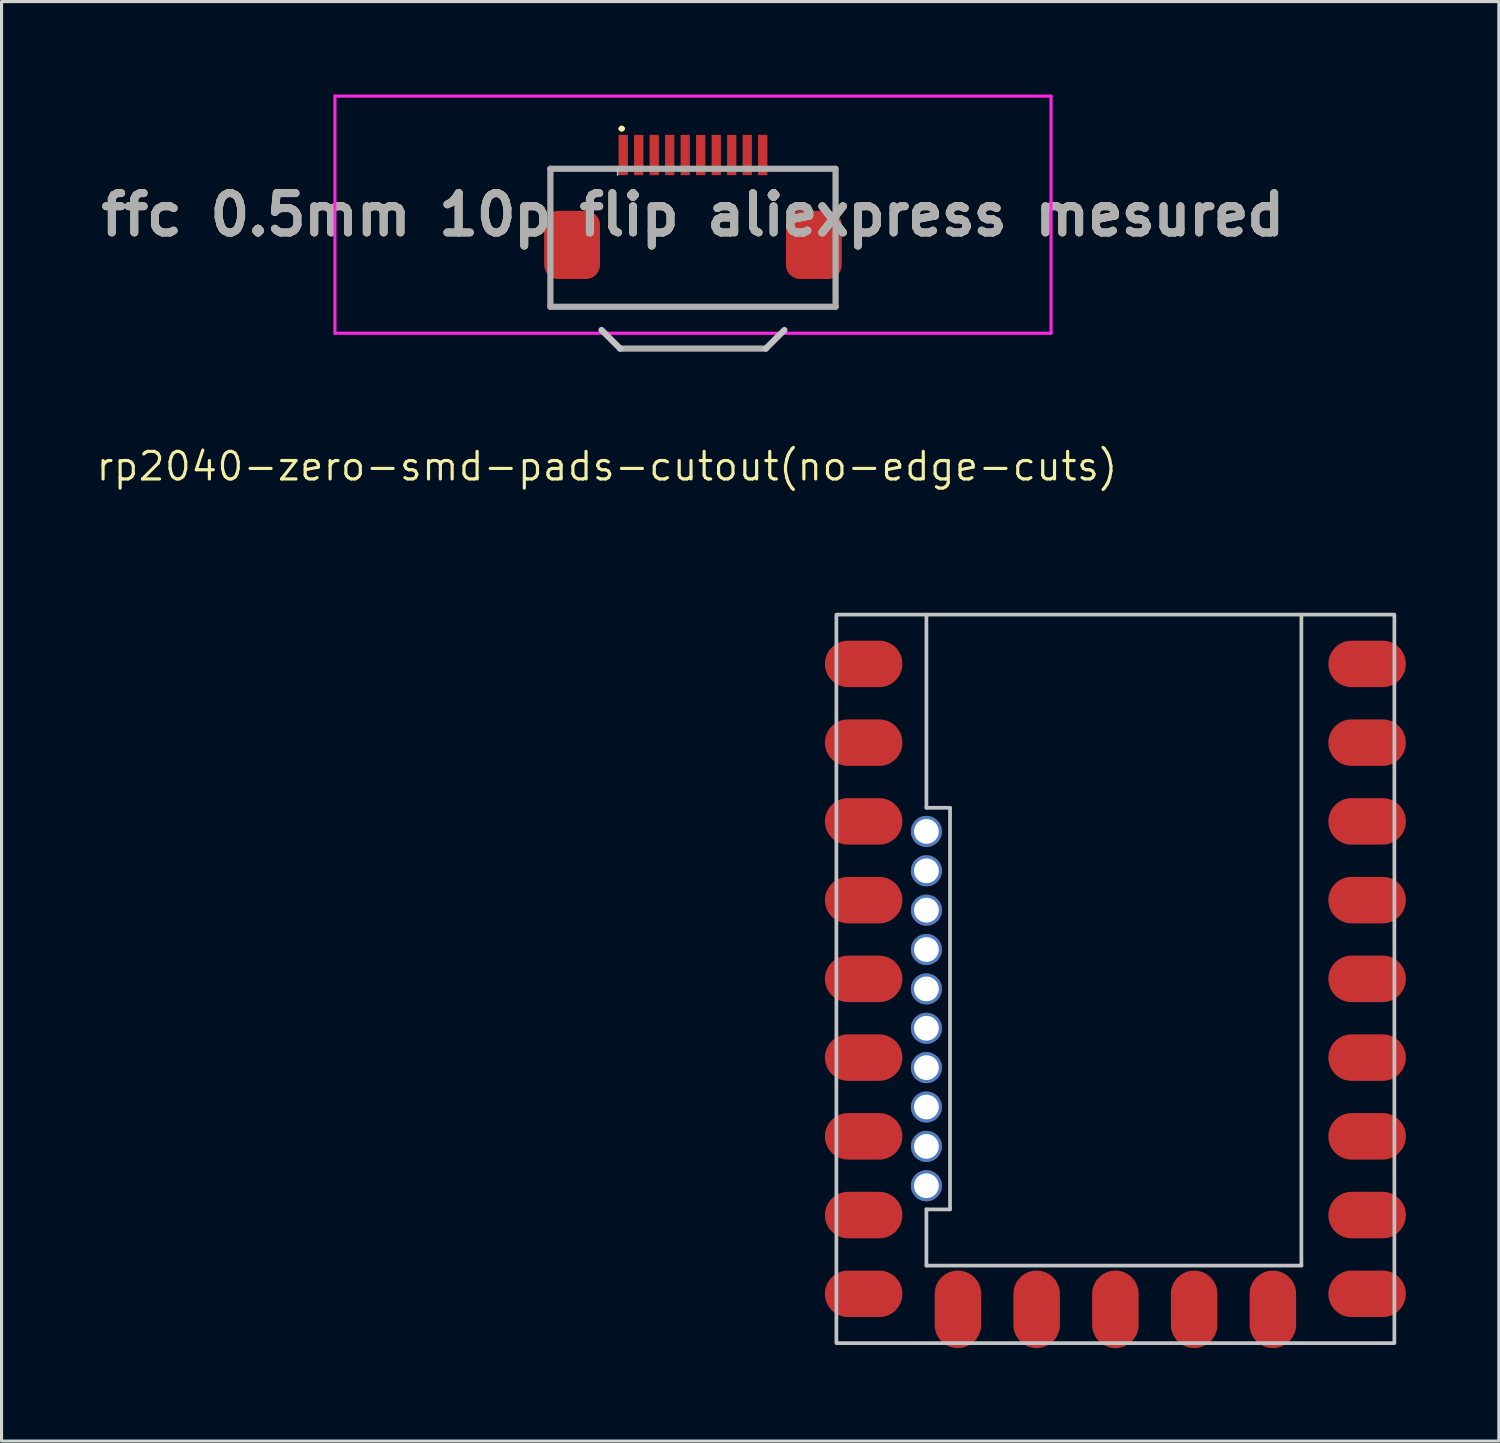
<source format=kicad_pcb>
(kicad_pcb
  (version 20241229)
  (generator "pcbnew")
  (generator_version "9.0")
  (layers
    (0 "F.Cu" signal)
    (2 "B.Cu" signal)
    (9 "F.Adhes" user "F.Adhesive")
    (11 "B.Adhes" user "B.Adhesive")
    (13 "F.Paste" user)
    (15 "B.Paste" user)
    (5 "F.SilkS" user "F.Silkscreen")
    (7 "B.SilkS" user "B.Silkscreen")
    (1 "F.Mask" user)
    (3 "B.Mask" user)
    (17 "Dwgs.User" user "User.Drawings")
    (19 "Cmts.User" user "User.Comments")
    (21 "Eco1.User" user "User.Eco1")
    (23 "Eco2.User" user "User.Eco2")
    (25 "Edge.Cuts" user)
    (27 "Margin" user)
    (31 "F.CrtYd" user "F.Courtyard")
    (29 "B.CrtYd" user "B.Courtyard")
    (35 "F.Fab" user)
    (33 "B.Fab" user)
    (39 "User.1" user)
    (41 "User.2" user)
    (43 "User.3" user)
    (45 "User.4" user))
  (footprint "ffc 0.5mm 10p flip aliexpress mesured"
    (layer "F.Cu")
    (at 19.304 3.875)
    (property "Reference" "ffc 0.5mm 10p flip aliexpress mesured" (at 0 0 0) (layer "F.SilkS") (effects (font (size 1.27 1.27) (thickness 0.254))))
    (attr smd)
    (fp_line (start -4.6 -1.48) (end -4.6 -0.175) (stroke (width 0.1) (type solid)) (layer "F.SilkS"))
    (fp_line (start -4.6 2.13) (end -4.6 2.825) (stroke (width 0.1) (type solid)) (layer "F.SilkS"))
    (fp_line (start -4.6 2.97) (end 4.6 2.97) (stroke (width 0.1) (type solid)) (layer "F.SilkS"))
    (fp_line (start -2.75 -1.48) (end -4.6 -1.48) (stroke (width 0.1) (type solid)) (layer "F.SilkS"))
    (fp_line (start -2.35 -2.775) (end -2.35 -2.775) (stroke (width 0.1) (type solid)) (layer "F.SilkS"))
    (fp_line (start -2.35 4.32) (end 2.35 4.32) (stroke (width 0.1) (type solid)) (layer "F.SilkS"))
    (fp_line (start -2.25 -2.775) (end -2.25 -2.775) (stroke (width 0.1) (type solid)) (layer "F.SilkS"))
    (fp_line (start 2.65 -1.48) (end 4.6 -1.48) (stroke (width 0.1) (type solid)) (layer "F.SilkS"))
    (fp_line (start 4.6 -1.48) (end 4.6 -0.175) (stroke (width 0.1) (type solid)) (layer "F.SilkS"))
    (fp_line (start 4.6 2.825) (end 4.6 2.13) (stroke (width 0.1) (type solid)) (layer "F.SilkS"))
    (fp_arc (start -2.35 -2.775) (mid -2.3 -2.825) (end -2.25 -2.775) (stroke (width 0.1) (type solid)) (layer "F.SilkS"))
    (fp_arc (start -2.25 -2.775) (mid -2.3 -2.725) (end -2.35 -2.775) (stroke (width 0.1) (type solid)) (layer "F.SilkS"))
    (fp_line (start -2.43 -1.28) (end -2.43 -1.48) (stroke (width 0.05) (type default)) (layer "Dwgs.User"))
    (fp_line (start -2.35 4.32) (end -2.95 3.72) (stroke (width 0.2) (type default)) (layer "Dwgs.User"))
    (fp_line (start 2.95 3.72) (end 2.35 4.32) (stroke (width 0.2) (type default)) (layer "Dwgs.User"))
    (fp_line (start -11.55 -3.825) (end 11.55 -3.825) (stroke (width 0.1) (type solid)) (layer "F.CrtYd"))
    (fp_line (start -11.55 3.825) (end -11.55 -3.825) (stroke (width 0.1) (type solid)) (layer "F.CrtYd"))
    (fp_line (start 11.55 -3.825) (end 11.55 3.825) (stroke (width 0.1) (type solid)) (layer "F.CrtYd"))
    (fp_line (start 11.55 3.825) (end -11.55 3.825) (stroke (width 0.1) (type solid)) (layer "F.CrtYd"))
    (fp_line (start -4.6 -1.48) (end -4.6 2.97) (stroke (width 0.2) (type solid)) (layer "F.Fab"))
    (fp_line (start -4.6 2.97) (end 4.6 2.97) (stroke (width 0.2) (type solid)) (layer "F.Fab"))
    (fp_line (start -2.35 4.32) (end 2.35 4.32) (stroke (width 0.2) (type solid)) (layer "F.Fab"))
    (fp_line (start 4.6 -1.48) (end -4.6 -1.48) (stroke (width 0.2) (type solid)) (layer "F.Fab"))
    (fp_line (start 4.6 2.97) (end 4.6 -1.48) (stroke (width 0.2) (type solid)) (layer "F.Fab"))
    (fp_text user "${REFERENCE}" (at 0 0 0) (layer "F.Fab") (effects (font (size 1.27 1.27) (thickness 0.254))))
    (pad "1" smd rect (at -2.25 -1.925) (size 0.3 1.3) (layers "F.Cu" "F.Mask" "F.Paste"))
    (pad "2" smd rect (at -1.75 -1.925) (size 0.3 1.3) (layers "F.Cu" "F.Mask" "F.Paste"))
    (pad "3" smd rect (at -1.25 -1.925) (size 0.3 1.3) (layers "F.Cu" "F.Mask" "F.Paste"))
    (pad "4" smd rect (at -0.75 -1.925) (size 0.3 1.3) (layers "F.Cu" "F.Mask" "F.Paste"))
    (pad "5" smd rect (at -0.25 -1.925) (size 0.3 1.3) (layers "F.Cu" "F.Mask" "F.Paste"))
    (pad "6" smd rect (at 0.25 -1.925) (size 0.3 1.3) (layers "F.Cu" "F.Mask" "F.Paste"))
    (pad "7" smd rect (at 0.75 -1.925) (size 0.3 1.3) (layers "F.Cu" "F.Mask" "F.Paste"))
    (pad "8" smd rect (at 1.25 -1.925) (size 0.3 1.3) (layers "F.Cu" "F.Mask" "F.Paste"))
    (pad "9" smd rect (at 1.75 -1.925) (size 0.3 1.3) (layers "F.Cu" "F.Mask" "F.Paste"))
    (pad "10" smd rect (at 2.25 -1.925) (size 0.3 1.3) (layers "F.Cu" "F.Mask" "F.Paste"))
    (pad "MP1" smd roundrect (at -3.9 0.975 90) (size 2.2 1.8) (layers "F.Cu" "F.Mask" "F.Paste") (roundrect_rratio 0.25))
    (pad "MP2" smd roundrect (at 3.9 0.975 90) (size 2.2 1.8) (layers "F.Cu" "F.Mask" "F.Paste") (roundrect_rratio 0.25)))
  (footprint "rp2040-zero-smd-pads-cutout(no-edge-cuts)"
    (layer "F.Cu")
    (at 32.93 28.526)
    (property "Reference" "rp2040-zero-smd-pads-cutout(no-edge-cuts)" (at -16.399 -16.533 0) (layer "F.SilkS") (effects (font (size 0.889 0.889) (thickness 0.102))))
    (attr smd exclude_from_pos_files)
    (fp_line (start -6.096 -5.518) (end -6.096 -11.75) (stroke (width 0.12) (type solid)) (layer "Dwgs.User"))
    (fp_line (start -6.096 7.436) (end -5.334 7.436) (stroke (width 0.12) (type solid)) (layer "Dwgs.User"))
    (fp_line (start -6.096 9.25) (end -6.096 7.436) (stroke (width 0.12) (type solid)) (layer "Dwgs.User"))
    (fp_line (start -6.096 9.25) (end 6 9.25) (stroke (width 0.12) (type solid)) (layer "Dwgs.User"))
    (fp_line (start -5.334 -5.518) (end -6.096 -5.518) (stroke (width 0.12) (type solid)) (layer "Dwgs.User"))
    (fp_line (start -5.334 7.436) (end -5.334 -5.518) (stroke (width 0.12) (type solid)) (layer "Dwgs.User"))
    (fp_line (start 6 9.25) (end 6 -11.75) (stroke (width 0.12) (type solid)) (layer "Dwgs.User"))
    (fp_rect (start -9 -11.75) (end 9 11.75) (stroke (width 0.12) (type solid)) (fill no) (layer "Dwgs.User"))
    (pad "1" smd oval (at 7.62 -10.16 180) (size 2.5 1.5) (drill (offset -0.5 0)) (layers "F.Cu" "F.Mask" "F.Paste"))
    (pad "2" smd oval (at 7.62 -7.62 180) (size 2.5 1.5) (drill (offset -0.5 0)) (layers "F.Cu" "F.Mask" "F.Paste"))
    (pad "3" smd oval (at 7.62 -5.08 180) (size 2.5 1.5) (drill (offset -0.5 0)) (layers "F.Cu" "F.Mask" "F.Paste"))
    (pad "4" smd oval (at 7.62 -2.54 180) (size 2.5 1.5) (drill (offset -0.5 0)) (layers "F.Cu" "F.Mask" "F.Paste"))
    (pad "5" smd oval (at 7.62 0 180) (size 2.5 1.5) (drill (offset -0.5 0)) (layers "F.Cu" "F.Mask" "F.Paste"))
    (pad "6" smd oval (at 7.62 2.54 180) (size 2.5 1.5) (drill (offset -0.5 0)) (layers "F.Cu" "F.Mask" "F.Paste"))
    (pad "7" smd oval (at 7.62 5.08 180) (size 2.5 1.5) (drill (offset -0.5 0)) (layers "F.Cu" "F.Mask" "F.Paste"))
    (pad "8" smd oval (at 7.62 7.62 180) (size 2.5 1.5) (drill (offset -0.5 0)) (layers "F.Cu" "F.Mask" "F.Paste"))
    (pad "9" smd oval (at 7.62 10.16 180) (size 2.5 1.5) (drill (offset -0.5 0)) (layers "F.Cu" "F.Mask" "F.Paste"))
    (pad "10" smd oval (at 5.08 10.16 90) (size 2.5 1.5) (drill (offset -0.5 0)) (layers "F.Cu" "F.Mask" "F.Paste"))
    (pad "11" smd oval (at 2.54 10.16 90) (size 2.5 1.5) (drill (offset -0.5 0)) (layers "F.Cu" "F.Mask" "F.Paste"))
    (pad "12" smd oval (at 0 10.16 90) (size 2.5 1.5) (drill (offset -0.5 0)) (layers "F.Cu" "F.Mask" "F.Paste"))
    (pad "13" smd oval (at -2.54 10.16 90) (size 2.5 1.5) (drill (offset -0.5 0)) (layers "F.Cu" "F.Mask" "F.Paste"))
    (pad "14" smd oval (at -5.08 10.16 90) (size 2.5 1.5) (drill (offset -0.5 0)) (layers "F.Cu" "F.Mask" "F.Paste"))
    (pad "15" smd oval (at -7.62 10.16) (size 2.5 1.5) (drill (offset -0.5 0)) (layers "F.Cu" "F.Mask" "F.Paste"))
    (pad "16" smd oval (at -7.62 7.62) (size 2.5 1.5) (drill (offset -0.5 0)) (layers "F.Cu" "F.Mask" "F.Paste"))
    (pad "17" smd oval (at -7.62 5.08) (size 2.5 1.5) (drill (offset -0.5 0)) (layers "F.Cu" "F.Mask" "F.Paste"))
    (pad "18" smd oval (at -7.62 2.54) (size 2.5 1.5) (drill (offset -0.5 0)) (layers "F.Cu" "F.Mask" "F.Paste"))
    (pad "19" smd oval (at -7.62 0) (size 2.5 1.5) (drill (offset -0.5 0)) (layers "F.Cu" "F.Mask" "F.Paste"))
    (pad "20" smd oval (at -7.62 -2.54) (size 2.5 1.5) (drill (offset -0.5 0)) (layers "F.Cu" "F.Mask" "F.Paste"))
    (pad "21" smd oval (at -7.62 -5.08) (size 2.5 1.5) (drill (offset -0.5 0)) (layers "F.Cu" "F.Mask" "F.Paste"))
    (pad "22" smd oval (at -7.62 -7.62) (size 2.5 1.5) (drill (offset -0.5 0)) (layers "F.Cu" "F.Mask" "F.Paste"))
    (pad "23" smd oval (at -7.62 -10.16) (size 2.5 1.5) (drill (offset -0.5 0)) (layers "F.Cu" "F.Mask" "F.Paste"))
    (pad "24" thru_hole circle (at -6.096 6.674) (size 1 1) (drill 0.8) (layers "*.Cu" "*.Mask"))
    (pad "25" thru_hole circle (at -6.096 5.404) (size 1 1) (drill 0.8) (layers "*.Cu" "*.Mask"))
    (pad "26" thru_hole circle (at -6.096 4.134) (size 1 1) (drill 0.8) (layers "*.Cu" "*.Mask"))
    (pad "27" thru_hole circle (at -6.096 2.864) (size 1 1) (drill 0.8) (layers "*.Cu" "*.Mask"))
    (pad "28" thru_hole circle (at -6.096 1.594) (size 1 1) (drill 0.8) (layers "*.Cu" "*.Mask"))
    (pad "29" thru_hole circle (at -6.096 0.324) (size 1 1) (drill 0.8) (layers "*.Cu" "*.Mask"))
    (pad "30" thru_hole circle (at -6.096 -0.946) (size 1 1) (drill 0.8) (layers "*.Cu" "*.Mask"))
    (pad "31" thru_hole circle (at -6.096 -2.216) (size 1 1) (drill 0.8) (layers "*.Cu" "*.Mask"))
    (pad "32" thru_hole circle (at -6.096 -3.486) (size 1 1) (drill 0.8) (layers "*.Cu" "*.Mask"))
    (pad "33" thru_hole circle (at -6.096 -4.756) (size 1 1) (drill 0.8) (layers "*.Cu" "*.Mask")))
  (gr_rect
    (start -3 -3)
    (end 45.3 43.436)
    (stroke (width 0.1) (type default))
    (fill no)
    (layer "Edge.Cuts")))
</source>
